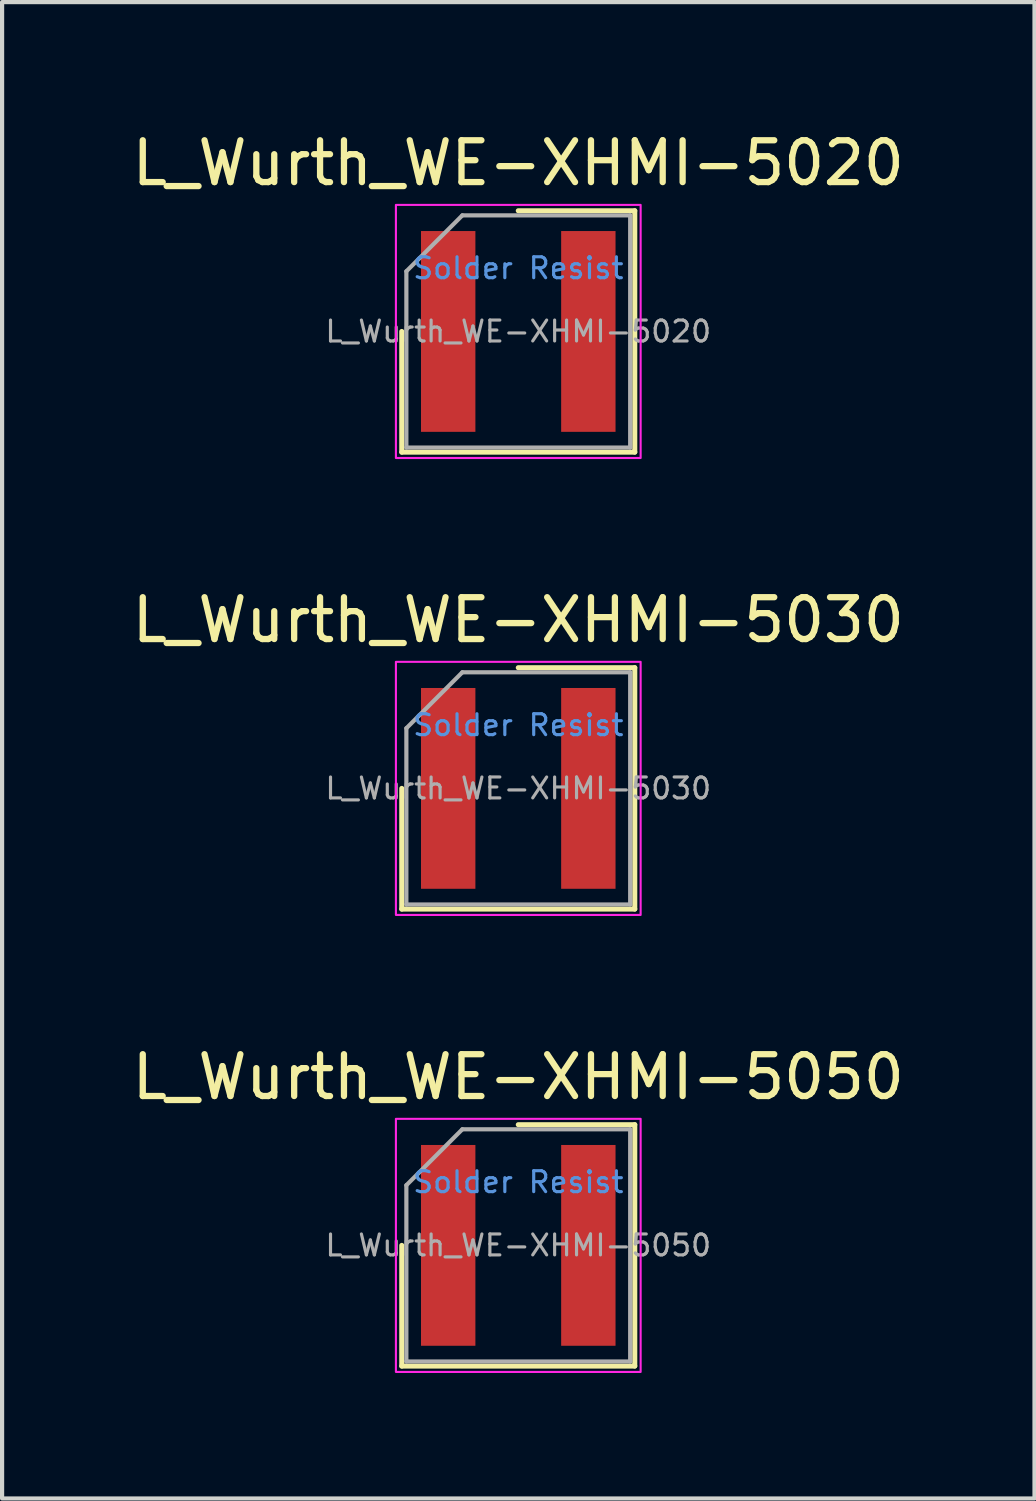
<source format=kicad_pcb>
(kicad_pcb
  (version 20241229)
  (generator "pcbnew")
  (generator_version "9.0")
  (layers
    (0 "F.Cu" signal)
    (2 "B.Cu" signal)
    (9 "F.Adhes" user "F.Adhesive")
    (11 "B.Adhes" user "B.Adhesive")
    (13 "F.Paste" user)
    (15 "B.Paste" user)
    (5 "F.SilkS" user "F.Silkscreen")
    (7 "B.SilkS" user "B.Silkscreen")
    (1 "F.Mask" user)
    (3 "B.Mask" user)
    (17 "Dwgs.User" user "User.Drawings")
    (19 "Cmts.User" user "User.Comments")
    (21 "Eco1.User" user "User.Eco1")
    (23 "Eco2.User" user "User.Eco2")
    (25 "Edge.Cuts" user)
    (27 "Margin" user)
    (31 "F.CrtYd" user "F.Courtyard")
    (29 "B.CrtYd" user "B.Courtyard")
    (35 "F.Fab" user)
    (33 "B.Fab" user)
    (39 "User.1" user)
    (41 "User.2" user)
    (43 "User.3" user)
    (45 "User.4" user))
  (footprint "L_Wurth_WE-XHMI-5050"
    (layer "F.Cu")
    (at 9.339 26.72)
    (property "Reference" "L_Wurth_WE-XHMI-5050" (at 0 -4.025 0) (unlocked yes) (layer "F.SilkS") (effects (font (size 1 1) (thickness 0.15))))
    (attr smd)
    (fp_line (start -2.785 2.885) (end -2.785 0) (stroke (width 0.12) (type solid)) (layer "F.SilkS"))
    (fp_line (start -2.785 2.885) (end 2.785 2.885) (stroke (width 0.12) (type solid)) (layer "F.SilkS"))
    (fp_line (start 0 -2.885) (end 2.785 -2.885) (stroke (width 0.12) (type solid)) (layer "F.SilkS"))
    (fp_line (start 2.785 -2.885) (end 2.785 2.885) (stroke (width 0.12) (type solid)) (layer "F.SilkS"))
    (fp_rect (start -2.925 -3.025) (end 2.925 3.025) (stroke (width 0.05) (type solid)) (fill no) (layer "F.CrtYd"))
    (fp_line (start -2.675 -1.438) (end -2.675 2.775) (stroke (width 0.1) (type solid)) (layer "F.Fab"))
    (fp_line (start -2.675 2.775) (end 2.675 2.775) (stroke (width 0.1) (type solid)) (layer "F.Fab"))
    (fp_line (start -1.337 -2.775) (end -2.675 -1.438) (stroke (width 0.1) (type solid)) (layer "F.Fab"))
    (fp_line (start 2.675 -2.775) (end -1.337 -2.775) (stroke (width 0.1) (type solid)) (layer "F.Fab"))
    (fp_line (start 2.675 2.775) (end 2.675 -2.775) (stroke (width 0.1) (type solid)) (layer "F.Fab"))
    (fp_text user "Solder Resist" (at 0 -1.512 0) (unlocked yes) (layer "Cmts.User") (effects (font (size 0.5 0.5) (thickness 0.075))))
    (fp_text user "${REFERENCE}" (at 0 0 0) (unlocked yes) (layer "F.Fab") (effects (font (size 0.5 0.5) (thickness 0.075))))
    (pad "1" smd rect (at -1.675 0) (size 1.3 4.8) (layers "F.Cu" "F.Mask" "F.Paste"))
    (pad "2" smd rect (at 1.675 0) (size 1.3 4.8) (layers "F.Cu" "F.Mask" "F.Paste"))
    (zone (net_name "") (layers "F.Cu" "Dwgs.User") (name "Solder Resist") (hatch full 0.1) (connect_pads) (min_thickness 0.25) (filled_areas_thickness no) (keepout (tracks not_allowed) (vias not_allowed) (pads not_allowed) (copperpour not_allowed) (footprints not_allowed)) (placement (enabled no)) (fill) (polygon (pts (xy 8.314 29.745) (xy 10.364 29.745) (xy 10.364 23.695) (xy 8.314 23.695)))))
  (footprint "L_Wurth_WE-XHMI-5030"
    (layer "F.Cu")
    (at 9.339 15.796)
    (property "Reference" "L_Wurth_WE-XHMI-5030" (at 0 -4.025 0) (unlocked yes) (layer "F.SilkS") (effects (font (size 1 1) (thickness 0.15))))
    (attr smd)
    (fp_line (start -2.785 2.885) (end -2.785 0) (stroke (width 0.12) (type solid)) (layer "F.SilkS"))
    (fp_line (start -2.785 2.885) (end 2.785 2.885) (stroke (width 0.12) (type solid)) (layer "F.SilkS"))
    (fp_line (start 0 -2.885) (end 2.785 -2.885) (stroke (width 0.12) (type solid)) (layer "F.SilkS"))
    (fp_line (start 2.785 -2.885) (end 2.785 2.885) (stroke (width 0.12) (type solid)) (layer "F.SilkS"))
    (fp_rect (start -2.925 -3.025) (end 2.925 3.025) (stroke (width 0.05) (type solid)) (fill no) (layer "F.CrtYd"))
    (fp_line (start -2.675 -1.438) (end -2.675 2.775) (stroke (width 0.1) (type solid)) (layer "F.Fab"))
    (fp_line (start -2.675 2.775) (end 2.675 2.775) (stroke (width 0.1) (type solid)) (layer "F.Fab"))
    (fp_line (start -1.337 -2.775) (end -2.675 -1.438) (stroke (width 0.1) (type solid)) (layer "F.Fab"))
    (fp_line (start 2.675 -2.775) (end -1.337 -2.775) (stroke (width 0.1) (type solid)) (layer "F.Fab"))
    (fp_line (start 2.675 2.775) (end 2.675 -2.775) (stroke (width 0.1) (type solid)) (layer "F.Fab"))
    (fp_text user "Solder Resist" (at 0 -1.512 0) (unlocked yes) (layer "Cmts.User") (effects (font (size 0.5 0.5) (thickness 0.075))))
    (fp_text user "${REFERENCE}" (at 0 0 0) (unlocked yes) (layer "F.Fab") (effects (font (size 0.5 0.5) (thickness 0.075))))
    (pad "1" smd rect (at -1.675 0) (size 1.3 4.8) (layers "F.Cu" "F.Mask" "F.Paste"))
    (pad "2" smd rect (at 1.675 0) (size 1.3 4.8) (layers "F.Cu" "F.Mask" "F.Paste"))
    (zone (net_name "") (layers "F.Cu" "Dwgs.User") (name "Solder Resist") (hatch full 0.1) (connect_pads) (min_thickness 0.25) (filled_areas_thickness no) (keepout (tracks not_allowed) (vias not_allowed) (pads not_allowed) (copperpour not_allowed) (footprints not_allowed)) (placement (enabled no)) (fill) (polygon (pts (xy 8.314 18.822) (xy 10.364 18.822) (xy 10.364 12.771) (xy 8.314 12.771)))))
  (footprint "L_Wurth_WE-XHMI-5020"
    (layer "F.Cu")
    (at 9.339 4.873)
    (property "Reference" "L_Wurth_WE-XHMI-5020" (at 0 -4.025 0) (unlocked yes) (layer "F.SilkS") (effects (font (size 1 1) (thickness 0.15))))
    (attr smd)
    (fp_line (start -2.785 2.885) (end -2.785 0) (stroke (width 0.12) (type solid)) (layer "F.SilkS"))
    (fp_line (start -2.785 2.885) (end 2.785 2.885) (stroke (width 0.12) (type solid)) (layer "F.SilkS"))
    (fp_line (start 0 -2.885) (end 2.785 -2.885) (stroke (width 0.12) (type solid)) (layer "F.SilkS"))
    (fp_line (start 2.785 -2.885) (end 2.785 2.885) (stroke (width 0.12) (type solid)) (layer "F.SilkS"))
    (fp_rect (start -2.925 -3.025) (end 2.925 3.025) (stroke (width 0.05) (type solid)) (fill no) (layer "F.CrtYd"))
    (fp_line (start -2.675 -1.438) (end -2.675 2.775) (stroke (width 0.1) (type solid)) (layer "F.Fab"))
    (fp_line (start -2.675 2.775) (end 2.675 2.775) (stroke (width 0.1) (type solid)) (layer "F.Fab"))
    (fp_line (start -1.337 -2.775) (end -2.675 -1.438) (stroke (width 0.1) (type solid)) (layer "F.Fab"))
    (fp_line (start 2.675 -2.775) (end -1.337 -2.775) (stroke (width 0.1) (type solid)) (layer "F.Fab"))
    (fp_line (start 2.675 2.775) (end 2.675 -2.775) (stroke (width 0.1) (type solid)) (layer "F.Fab"))
    (fp_text user "Solder Resist" (at 0 -1.512 0) (unlocked yes) (layer "Cmts.User") (effects (font (size 0.5 0.5) (thickness 0.075))))
    (fp_text user "${REFERENCE}" (at 0 0 0) (unlocked yes) (layer "F.Fab") (effects (font (size 0.5 0.5) (thickness 0.075))))
    (pad "1" smd rect (at -1.675 0) (size 1.3 4.8) (layers "F.Cu" "F.Mask" "F.Paste"))
    (pad "2" smd rect (at 1.675 0) (size 1.3 4.8) (layers "F.Cu" "F.Mask" "F.Paste"))
    (zone (net_name "") (layers "F.Cu" "Dwgs.User") (name "Solder Resist") (hatch full 0.1) (connect_pads) (min_thickness 0.25) (filled_areas_thickness no) (keepout (tracks not_allowed) (vias not_allowed) (pads not_allowed) (copperpour not_allowed) (footprints not_allowed)) (placement (enabled no)) (fill) (polygon (pts (xy 8.314 7.898) (xy 10.364 7.898) (xy 10.364 1.848) (xy 8.314 1.848)))))
  (gr_rect
    (start -3 -3)
    (end 21.679 32.77)
    (stroke (width 0.1) (type default))
    (fill no)
    (layer "Edge.Cuts")))
</source>
